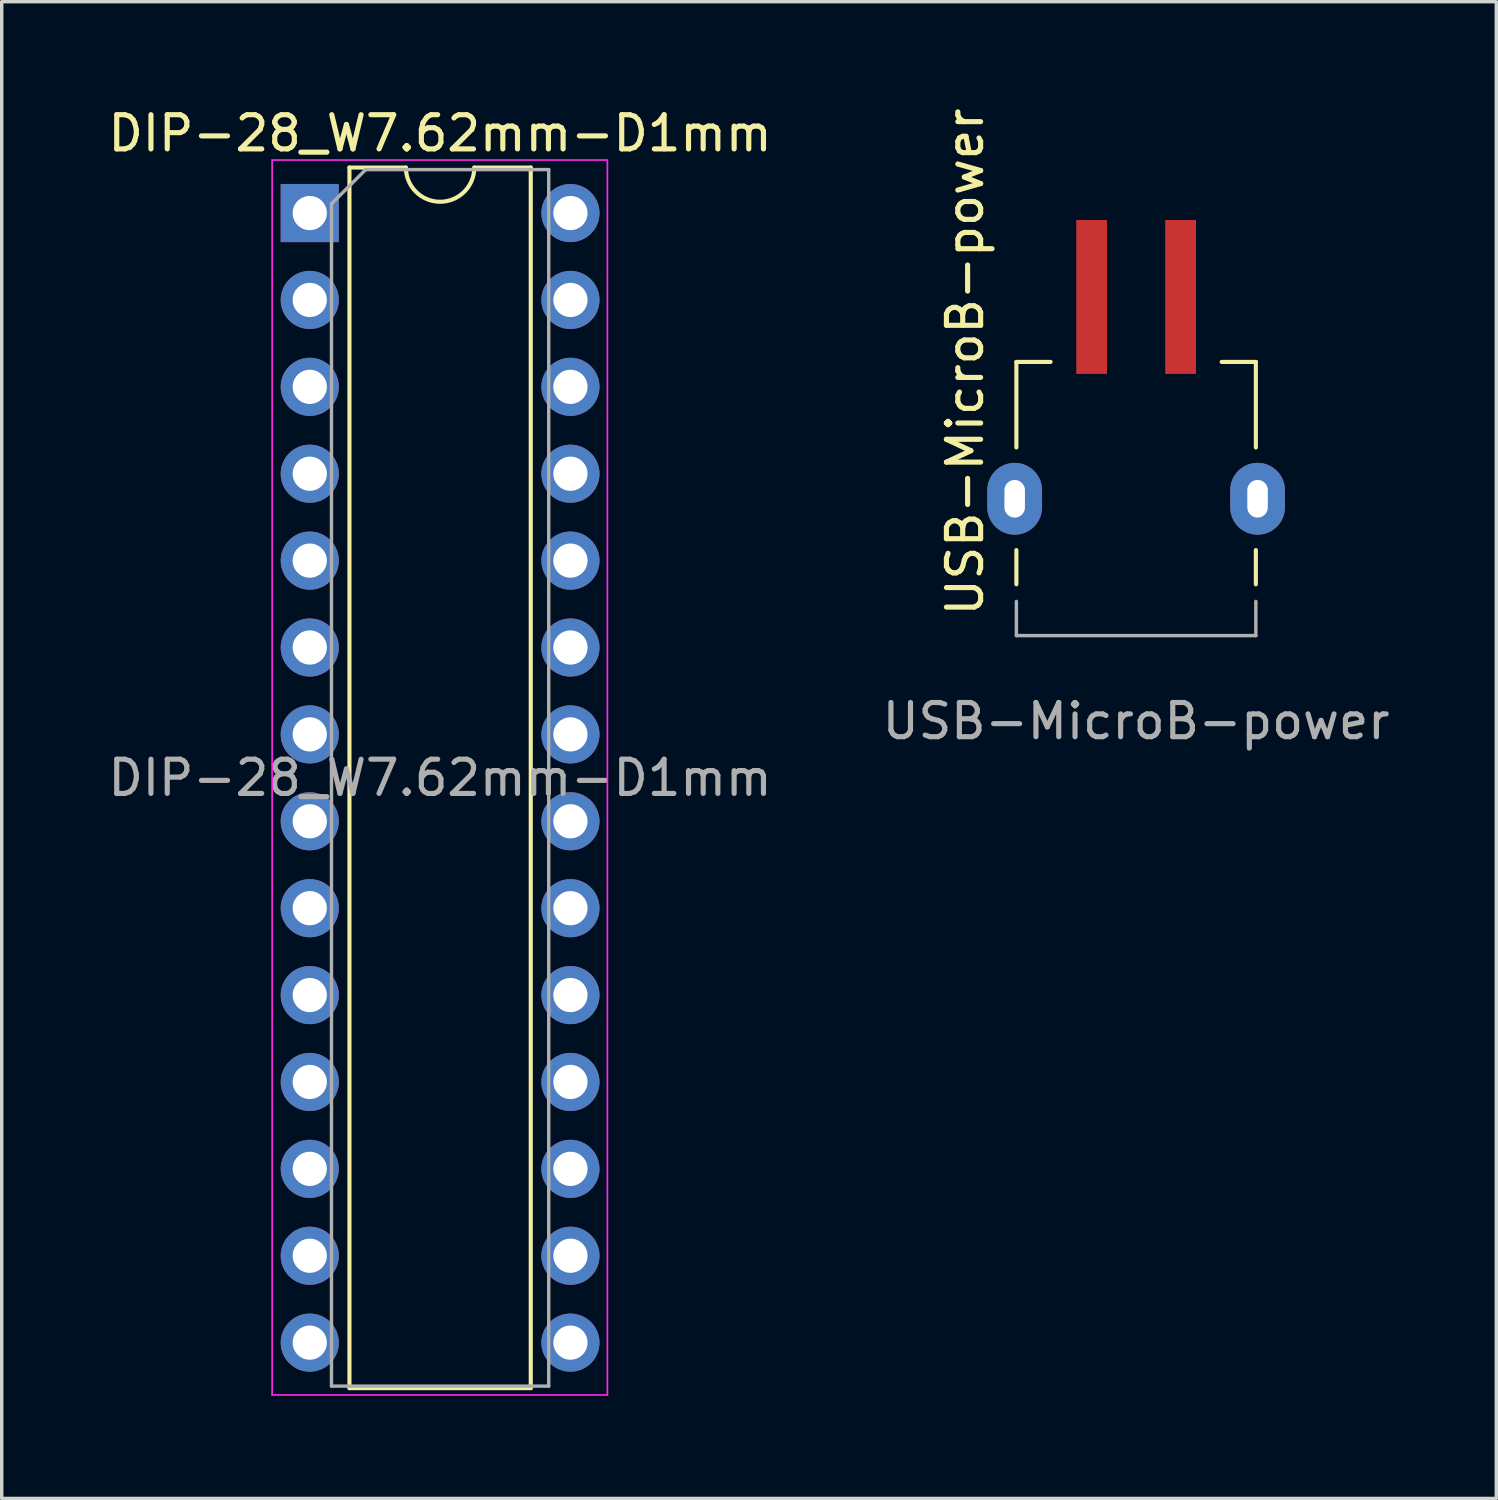
<source format=kicad_pcb>
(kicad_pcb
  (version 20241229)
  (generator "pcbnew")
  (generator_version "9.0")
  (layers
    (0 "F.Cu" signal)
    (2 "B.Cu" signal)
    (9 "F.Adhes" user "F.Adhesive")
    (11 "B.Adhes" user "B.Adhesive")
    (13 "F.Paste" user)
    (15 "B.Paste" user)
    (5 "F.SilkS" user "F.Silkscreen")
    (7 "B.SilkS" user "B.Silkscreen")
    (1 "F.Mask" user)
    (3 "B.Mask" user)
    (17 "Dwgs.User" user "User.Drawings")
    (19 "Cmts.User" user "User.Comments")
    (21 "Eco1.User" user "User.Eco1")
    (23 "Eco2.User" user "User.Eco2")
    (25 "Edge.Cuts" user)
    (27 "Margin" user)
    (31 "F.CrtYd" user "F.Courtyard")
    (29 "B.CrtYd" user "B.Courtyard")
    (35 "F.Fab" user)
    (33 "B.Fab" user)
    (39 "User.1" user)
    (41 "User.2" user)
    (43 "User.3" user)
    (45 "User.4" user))
  (footprint "USB-MicroB-power"
    (layer "F.Cu")
    (at 30.161 11.53)
    (property "Reference" "USB-MicroB-power" (at -5 -4 90) (unlocked yes) (layer "F.SilkS") (effects (font (size 1 1) (thickness 0.15))))
    (attr through_hole)
    (fp_line (start -3.5 -4) (end -2.5 -4) (stroke (width 0.12) (type solid)) (layer "F.SilkS"))
    (fp_line (start -3.5 -1.5) (end -3.5 -4) (stroke (width 0.12) (type solid)) (layer "F.SilkS"))
    (fp_line (start -3.5 1.5) (end -3.5 2.5) (stroke (width 0.12) (type solid)) (layer "F.SilkS"))
    (fp_line (start 3.5 -4) (end 2.5 -4) (stroke (width 0.12) (type solid)) (layer "F.SilkS"))
    (fp_line (start 3.5 -1.5) (end 3.5 -4) (stroke (width 0.12) (type solid)) (layer "F.SilkS"))
    (fp_line (start 3.5 1.5) (end 3.5 2.5) (stroke (width 0.12) (type solid)) (layer "F.SilkS"))
    (fp_line (start -3.5 3) (end -3.5 4) (stroke (width 0.1) (type solid)) (layer "F.Fab"))
    (fp_line (start -3.5 4) (end 3.5 4) (stroke (width 0.1) (type solid)) (layer "F.Fab"))
    (fp_line (start 3.5 4) (end 3.5 3) (stroke (width 0.1) (type solid)) (layer "F.Fab"))
    (fp_text user "${REFERENCE}" (at 0 6.5 0) (unlocked yes) (layer "F.Fab") (effects (font (size 1 1) (thickness 0.15))))
    (pad "1" smd rect (at -1.3 -5.9) (size 0.9 4.5) (layers "F.Cu" "F.Mask" "F.Paste"))
    (pad "5" smd rect (at 1.3 -5.9) (size 0.9 4.5) (layers "F.Cu" "F.Mask" "F.Paste"))
    (pad "6" thru_hole oval (at -3.55 0) (size 1.6 2.1) (drill oval 0.6 1.1) (layers "*.Cu" "*.Mask"))
    (pad "6" thru_hole oval (at 3.55 0) (size 1.6 2.1) (drill oval 0.6 1.1) (layers "*.Cu" "*.Mask")))
  (footprint "DIP-28_W7.62mm-D1mm"
    (layer "F.Cu")
    (at 6.005 3.178)
    (property "Reference" "DIP-28_W7.62mm-D1mm" (at 3.81 -2.33 0) (layer "F.SilkS") (effects (font (size 1 1) (thickness 0.15))))
    (attr through_hole)
    (fp_line (start 1.16 -1.33) (end 1.16 34.35) (stroke (width 0.12) (type solid)) (layer "F.SilkS"))
    (fp_line (start 1.16 34.35) (end 6.46 34.35) (stroke (width 0.12) (type solid)) (layer "F.SilkS"))
    (fp_line (start 2.81 -1.33) (end 1.16 -1.33) (stroke (width 0.12) (type solid)) (layer "F.SilkS"))
    (fp_line (start 6.46 -1.33) (end 4.81 -1.33) (stroke (width 0.12) (type solid)) (layer "F.SilkS"))
    (fp_line (start 6.46 34.35) (end 6.46 -1.33) (stroke (width 0.12) (type solid)) (layer "F.SilkS"))
    (fp_arc (start 4.81 -1.33) (mid 3.81 -0.33) (end 2.81 -1.33) (stroke (width 0.12) (type solid)) (layer "F.SilkS"))
    (fp_line (start -1.1 -1.55) (end -1.1 34.55) (stroke (width 0.05) (type solid)) (layer "F.CrtYd"))
    (fp_line (start -1.1 34.55) (end 8.7 34.55) (stroke (width 0.05) (type solid)) (layer "F.CrtYd"))
    (fp_line (start 8.7 -1.55) (end -1.1 -1.55) (stroke (width 0.05) (type solid)) (layer "F.CrtYd"))
    (fp_line (start 8.7 34.55) (end 8.7 -1.55) (stroke (width 0.05) (type solid)) (layer "F.CrtYd"))
    (fp_line (start 0.635 -0.27) (end 1.635 -1.27) (stroke (width 0.1) (type solid)) (layer "F.Fab"))
    (fp_line (start 0.635 34.29) (end 0.635 -0.27) (stroke (width 0.1) (type solid)) (layer "F.Fab"))
    (fp_line (start 1.635 -1.27) (end 6.985 -1.27) (stroke (width 0.1) (type solid)) (layer "F.Fab"))
    (fp_line (start 6.985 -1.27) (end 6.985 34.29) (stroke (width 0.1) (type solid)) (layer "F.Fab"))
    (fp_line (start 6.985 34.29) (end 0.635 34.29) (stroke (width 0.1) (type solid)) (layer "F.Fab"))
    (fp_text user "${REFERENCE}" (at 3.81 16.51 0) (layer "F.Fab") (effects (font (size 1 1) (thickness 0.15))))
    (pad "1" thru_hole rect (at 0 0) (size 1.7 1.7) (drill 1) (layers "*.Cu" "*.Mask"))
    (pad "2" thru_hole oval (at 0 2.54) (size 1.7 1.7) (drill 1) (layers "*.Cu" "*.Mask"))
    (pad "3" thru_hole oval (at 0 5.08) (size 1.7 1.7) (drill 1) (layers "*.Cu" "*.Mask"))
    (pad "4" thru_hole oval (at 0 7.62) (size 1.7 1.7) (drill 1) (layers "*.Cu" "*.Mask"))
    (pad "5" thru_hole oval (at 0 10.16) (size 1.7 1.7) (drill 1) (layers "*.Cu" "*.Mask"))
    (pad "6" thru_hole oval (at 0 12.7) (size 1.7 1.7) (drill 1) (layers "*.Cu" "*.Mask"))
    (pad "7" thru_hole oval (at 0 15.24) (size 1.7 1.7) (drill 1) (layers "*.Cu" "*.Mask"))
    (pad "8" thru_hole oval (at 0 17.78) (size 1.7 1.7) (drill 1) (layers "*.Cu" "*.Mask"))
    (pad "9" thru_hole oval (at 0 20.32) (size 1.7 1.7) (drill 1) (layers "*.Cu" "*.Mask"))
    (pad "10" thru_hole oval (at 0 22.86) (size 1.7 1.7) (drill 1) (layers "*.Cu" "*.Mask"))
    (pad "11" thru_hole oval (at 0 25.4) (size 1.7 1.7) (drill 1) (layers "*.Cu" "*.Mask"))
    (pad "12" thru_hole oval (at 0 27.94) (size 1.7 1.7) (drill 1) (layers "*.Cu" "*.Mask"))
    (pad "13" thru_hole oval (at 0 30.48) (size 1.7 1.7) (drill 1) (layers "*.Cu" "*.Mask"))
    (pad "14" thru_hole oval (at 0 33.02) (size 1.7 1.7) (drill 1) (layers "*.Cu" "*.Mask"))
    (pad "15" thru_hole oval (at 7.62 33.02) (size 1.7 1.7) (drill 1) (layers "*.Cu" "*.Mask"))
    (pad "16" thru_hole oval (at 7.62 30.48) (size 1.7 1.7) (drill 1) (layers "*.Cu" "*.Mask"))
    (pad "17" thru_hole oval (at 7.62 27.94) (size 1.7 1.7) (drill 1) (layers "*.Cu" "*.Mask"))
    (pad "18" thru_hole oval (at 7.62 25.4) (size 1.7 1.7) (drill 1) (layers "*.Cu" "*.Mask"))
    (pad "19" thru_hole oval (at 7.62 22.86) (size 1.7 1.7) (drill 1) (layers "*.Cu" "*.Mask"))
    (pad "20" thru_hole oval (at 7.62 20.32) (size 1.7 1.7) (drill 1) (layers "*.Cu" "*.Mask"))
    (pad "21" thru_hole oval (at 7.62 17.78) (size 1.7 1.7) (drill 1) (layers "*.Cu" "*.Mask"))
    (pad "22" thru_hole oval (at 7.62 15.24) (size 1.7 1.7) (drill 1) (layers "*.Cu" "*.Mask"))
    (pad "23" thru_hole oval (at 7.62 12.7) (size 1.7 1.7) (drill 1) (layers "*.Cu" "*.Mask"))
    (pad "24" thru_hole oval (at 7.62 10.16) (size 1.7 1.7) (drill 1) (layers "*.Cu" "*.Mask"))
    (pad "25" thru_hole oval (at 7.62 7.62) (size 1.7 1.7) (drill 1) (layers "*.Cu" "*.Mask"))
    (pad "26" thru_hole oval (at 7.62 5.08) (size 1.7 1.7) (drill 1) (layers "*.Cu" "*.Mask"))
    (pad "27" thru_hole oval (at 7.62 2.54) (size 1.7 1.7) (drill 1) (layers "*.Cu" "*.Mask"))
    (pad "28" thru_hole oval (at 7.62 0) (size 1.7 1.7) (drill 1) (layers "*.Cu" "*.Mask")))
  (gr_rect
    (start -3 -3)
    (end 40.69 40.753)
    (stroke (width 0.1) (type default))
    (fill no)
    (layer "Edge.Cuts")))
</source>
